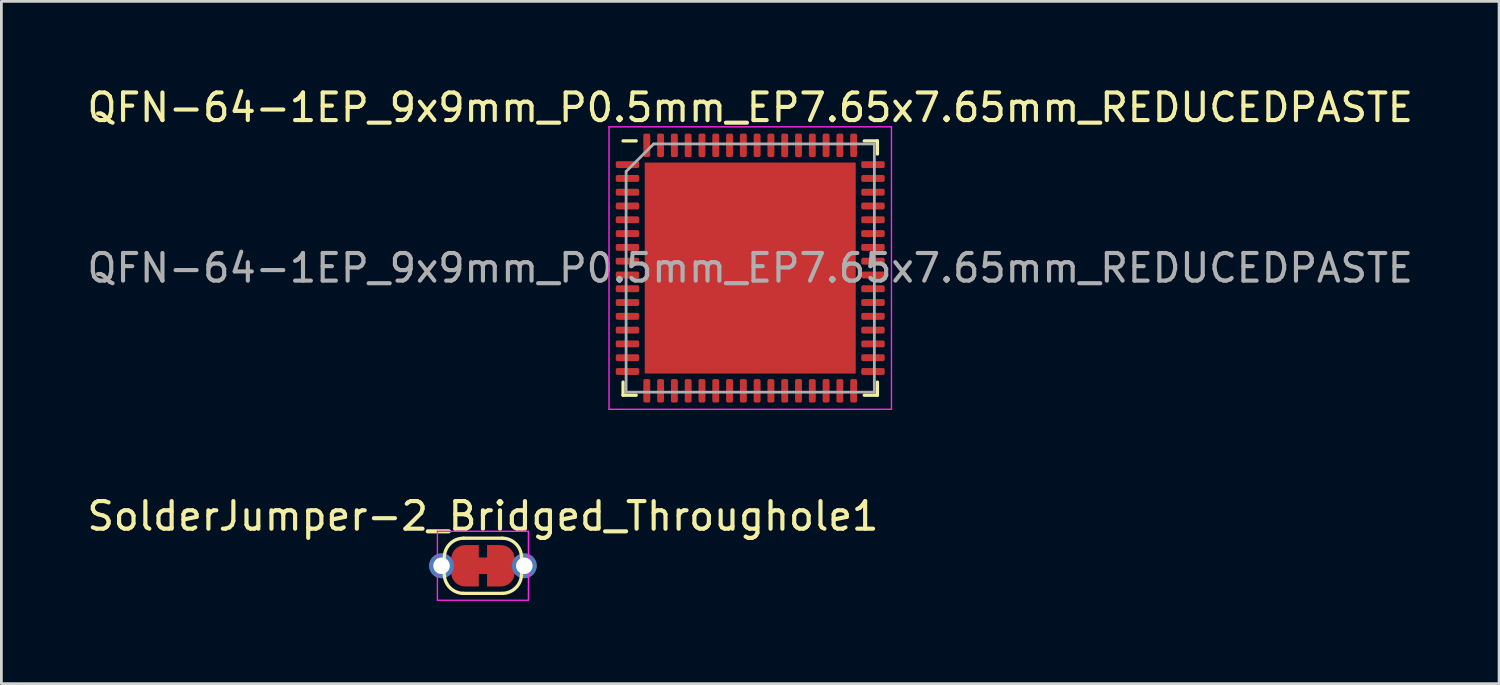
<source format=kicad_pcb>
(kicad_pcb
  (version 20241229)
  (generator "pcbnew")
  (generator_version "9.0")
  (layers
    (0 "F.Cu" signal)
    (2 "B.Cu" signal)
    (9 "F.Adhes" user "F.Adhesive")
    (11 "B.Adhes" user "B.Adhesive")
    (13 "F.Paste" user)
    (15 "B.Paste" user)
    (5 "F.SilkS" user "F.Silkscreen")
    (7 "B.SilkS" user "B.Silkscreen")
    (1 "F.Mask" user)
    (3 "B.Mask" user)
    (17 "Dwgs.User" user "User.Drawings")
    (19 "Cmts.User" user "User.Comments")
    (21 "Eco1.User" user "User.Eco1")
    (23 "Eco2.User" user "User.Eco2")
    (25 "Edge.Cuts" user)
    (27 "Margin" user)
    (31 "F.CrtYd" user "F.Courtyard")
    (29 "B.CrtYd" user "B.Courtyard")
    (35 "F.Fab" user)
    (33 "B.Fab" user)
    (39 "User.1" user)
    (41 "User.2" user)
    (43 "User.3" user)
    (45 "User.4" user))
  (footprint "QFN-64-1EP_9x9mm_P0.5mm_EP7.65x7.65mm_REDUCEDPASTE"
    (layer "F.Cu")
    (at 24.149 6.668)
    (property "Reference" "QFN-64-1EP_9x9mm_P0.5mm_EP7.65x7.65mm_REDUCEDPASTE" (at 0 -5.82 0) (layer "F.SilkS") (effects (font (size 1 1) (thickness 0.15))))
    (attr smd)
    (fp_line (start -4.61 4.61) (end -4.61 4.135) (stroke (width 0.12) (type solid)) (layer "F.SilkS"))
    (fp_line (start -4.135 -4.61) (end -4.61 -4.61) (stroke (width 0.12) (type solid)) (layer "F.SilkS"))
    (fp_line (start -4.135 4.61) (end -4.61 4.61) (stroke (width 0.12) (type solid)) (layer "F.SilkS"))
    (fp_line (start 4.135 -4.61) (end 4.61 -4.61) (stroke (width 0.12) (type solid)) (layer "F.SilkS"))
    (fp_line (start 4.135 4.61) (end 4.61 4.61) (stroke (width 0.12) (type solid)) (layer "F.SilkS"))
    (fp_line (start 4.61 -4.61) (end 4.61 -4.135) (stroke (width 0.12) (type solid)) (layer "F.SilkS"))
    (fp_line (start 4.61 4.61) (end 4.61 4.135) (stroke (width 0.12) (type solid)) (layer "F.SilkS"))
    (fp_line (start -5.12 -5.12) (end -5.12 5.12) (stroke (width 0.05) (type solid)) (layer "F.CrtYd"))
    (fp_line (start -5.12 5.12) (end 5.12 5.12) (stroke (width 0.05) (type solid)) (layer "F.CrtYd"))
    (fp_line (start 5.12 -5.12) (end -5.12 -5.12) (stroke (width 0.05) (type solid)) (layer "F.CrtYd"))
    (fp_line (start 5.12 5.12) (end 5.12 -5.12) (stroke (width 0.05) (type solid)) (layer "F.CrtYd"))
    (fp_line (start -4.5 -3.5) (end -3.5 -4.5) (stroke (width 0.1) (type solid)) (layer "F.Fab"))
    (fp_line (start -4.5 4.5) (end -4.5 -3.5) (stroke (width 0.1) (type solid)) (layer "F.Fab"))
    (fp_line (start -3.5 -4.5) (end 4.5 -4.5) (stroke (width 0.1) (type solid)) (layer "F.Fab"))
    (fp_line (start 4.5 -4.5) (end 4.5 4.5) (stroke (width 0.1) (type solid)) (layer "F.Fab"))
    (fp_line (start 4.5 4.5) (end -4.5 4.5) (stroke (width 0.1) (type solid)) (layer "F.Fab"))
    (fp_text user "${REFERENCE}" (at 0 0 0) (layer "F.Fab") (effects (font (size 1 1) (thickness 0.15))))
    (pad "" smd roundrect (at -2.6 -2.5) (size 1.815 1.758) (layers "F.Paste") (roundrect_rratio 0.243))
    (pad "" smd roundrect (at -2.6 0) (size 1.815 1.758) (layers "F.Paste") (roundrect_rratio 0.243))
    (pad "" smd roundrect (at -2.6 2.5) (size 1.815 1.758) (layers "F.Paste") (roundrect_rratio 0.243))
    (pad "" smd roundrect (at 0 -2.5) (size 2 1.758) (layers "F.Paste") (roundrect_rratio 0.243))
    (pad "" smd roundrect (at 0 0) (size 2.2 2) (layers "F.Paste") (roundrect_rratio 0.243))
    (pad "" smd roundrect (at 0 2.5) (size 2 1.758) (layers "F.Paste") (roundrect_rratio 0.243))
    (pad "" smd roundrect (at 2.6 -2.5) (size 1.815 1.758) (layers "F.Paste") (roundrect_rratio 0.243))
    (pad "" smd roundrect (at 2.6 0) (size 1.815 1.758) (layers "F.Paste") (roundrect_rratio 0.243))
    (pad "" smd roundrect (at 2.6 2.5) (size 1.815 1.758) (layers "F.Paste") (roundrect_rratio 0.243))
    (pad "1" smd roundrect (at -4.45 -3.75) (size 0.85 0.25) (layers "F.Cu" "F.Mask" "F.Paste") (roundrect_rratio 0.25))
    (pad "2" smd roundrect (at -4.45 -3.25) (size 0.85 0.25) (layers "F.Cu" "F.Mask" "F.Paste") (roundrect_rratio 0.25))
    (pad "3" smd roundrect (at -4.45 -2.75) (size 0.85 0.25) (layers "F.Cu" "F.Mask" "F.Paste") (roundrect_rratio 0.25))
    (pad "4" smd roundrect (at -4.45 -2.25) (size 0.85 0.25) (layers "F.Cu" "F.Mask" "F.Paste") (roundrect_rratio 0.25))
    (pad "5" smd roundrect (at -4.45 -1.75) (size 0.85 0.25) (layers "F.Cu" "F.Mask" "F.Paste") (roundrect_rratio 0.25))
    (pad "6" smd roundrect (at -4.45 -1.25) (size 0.85 0.25) (layers "F.Cu" "F.Mask" "F.Paste") (roundrect_rratio 0.25))
    (pad "7" smd roundrect (at -4.45 -0.75) (size 0.85 0.25) (layers "F.Cu" "F.Mask" "F.Paste") (roundrect_rratio 0.25))
    (pad "8" smd roundrect (at -4.45 -0.25) (size 0.85 0.25) (layers "F.Cu" "F.Mask" "F.Paste") (roundrect_rratio 0.25))
    (pad "9" smd roundrect (at -4.45 0.25) (size 0.85 0.25) (layers "F.Cu" "F.Mask" "F.Paste") (roundrect_rratio 0.25))
    (pad "10" smd roundrect (at -4.45 0.75) (size 0.85 0.25) (layers "F.Cu" "F.Mask" "F.Paste") (roundrect_rratio 0.25))
    (pad "11" smd roundrect (at -4.45 1.25) (size 0.85 0.25) (layers "F.Cu" "F.Mask" "F.Paste") (roundrect_rratio 0.25))
    (pad "12" smd roundrect (at -4.45 1.75) (size 0.85 0.25) (layers "F.Cu" "F.Mask" "F.Paste") (roundrect_rratio 0.25))
    (pad "13" smd roundrect (at -4.45 2.25) (size 0.85 0.25) (layers "F.Cu" "F.Mask" "F.Paste") (roundrect_rratio 0.25))
    (pad "14" smd roundrect (at -4.45 2.75) (size 0.85 0.25) (layers "F.Cu" "F.Mask" "F.Paste") (roundrect_rratio 0.25))
    (pad "15" smd roundrect (at -4.45 3.25) (size 0.85 0.25) (layers "F.Cu" "F.Mask" "F.Paste") (roundrect_rratio 0.25))
    (pad "16" smd roundrect (at -4.45 3.75) (size 0.85 0.25) (layers "F.Cu" "F.Mask" "F.Paste") (roundrect_rratio 0.25))
    (pad "17" smd roundrect (at -3.75 4.45) (size 0.25 0.85) (layers "F.Cu" "F.Mask" "F.Paste") (roundrect_rratio 0.25))
    (pad "18" smd roundrect (at -3.25 4.45) (size 0.25 0.85) (layers "F.Cu" "F.Mask" "F.Paste") (roundrect_rratio 0.25))
    (pad "19" smd roundrect (at -2.75 4.45) (size 0.25 0.85) (layers "F.Cu" "F.Mask" "F.Paste") (roundrect_rratio 0.25))
    (pad "20" smd roundrect (at -2.25 4.45) (size 0.25 0.85) (layers "F.Cu" "F.Mask" "F.Paste") (roundrect_rratio 0.25))
    (pad "21" smd roundrect (at -1.75 4.45) (size 0.25 0.85) (layers "F.Cu" "F.Mask" "F.Paste") (roundrect_rratio 0.25))
    (pad "22" smd roundrect (at -1.25 4.45) (size 0.25 0.85) (layers "F.Cu" "F.Mask" "F.Paste") (roundrect_rratio 0.25))
    (pad "23" smd roundrect (at -0.75 4.45) (size 0.25 0.85) (layers "F.Cu" "F.Mask" "F.Paste") (roundrect_rratio 0.25))
    (pad "24" smd roundrect (at -0.25 4.45) (size 0.25 0.85) (layers "F.Cu" "F.Mask" "F.Paste") (roundrect_rratio 0.25))
    (pad "25" smd roundrect (at 0.25 4.45) (size 0.25 0.85) (layers "F.Cu" "F.Mask" "F.Paste") (roundrect_rratio 0.25))
    (pad "26" smd roundrect (at 0.75 4.45) (size 0.25 0.85) (layers "F.Cu" "F.Mask" "F.Paste") (roundrect_rratio 0.25))
    (pad "27" smd roundrect (at 1.25 4.45) (size 0.25 0.85) (layers "F.Cu" "F.Mask" "F.Paste") (roundrect_rratio 0.25))
    (pad "28" smd roundrect (at 1.75 4.45) (size 0.25 0.85) (layers "F.Cu" "F.Mask" "F.Paste") (roundrect_rratio 0.25))
    (pad "29" smd roundrect (at 2.25 4.45) (size 0.25 0.85) (layers "F.Cu" "F.Mask" "F.Paste") (roundrect_rratio 0.25))
    (pad "30" smd roundrect (at 2.75 4.45) (size 0.25 0.85) (layers "F.Cu" "F.Mask" "F.Paste") (roundrect_rratio 0.25))
    (pad "31" smd roundrect (at 3.25 4.45) (size 0.25 0.85) (layers "F.Cu" "F.Mask" "F.Paste") (roundrect_rratio 0.25))
    (pad "32" smd roundrect (at 3.75 4.45) (size 0.25 0.85) (layers "F.Cu" "F.Mask" "F.Paste") (roundrect_rratio 0.25))
    (pad "33" smd roundrect (at 4.45 3.75) (size 0.85 0.25) (layers "F.Cu" "F.Mask" "F.Paste") (roundrect_rratio 0.25))
    (pad "34" smd roundrect (at 4.45 3.25) (size 0.85 0.25) (layers "F.Cu" "F.Mask" "F.Paste") (roundrect_rratio 0.25))
    (pad "35" smd roundrect (at 4.45 2.75) (size 0.85 0.25) (layers "F.Cu" "F.Mask" "F.Paste") (roundrect_rratio 0.25))
    (pad "36" smd roundrect (at 4.45 2.25) (size 0.85 0.25) (layers "F.Cu" "F.Mask" "F.Paste") (roundrect_rratio 0.25))
    (pad "37" smd roundrect (at 4.45 1.75) (size 0.85 0.25) (layers "F.Cu" "F.Mask" "F.Paste") (roundrect_rratio 0.25))
    (pad "38" smd roundrect (at 4.45 1.25) (size 0.85 0.25) (layers "F.Cu" "F.Mask" "F.Paste") (roundrect_rratio 0.25))
    (pad "39" smd roundrect (at 4.45 0.75) (size 0.85 0.25) (layers "F.Cu" "F.Mask" "F.Paste") (roundrect_rratio 0.25))
    (pad "40" smd roundrect (at 4.45 0.25) (size 0.85 0.25) (layers "F.Cu" "F.Mask" "F.Paste") (roundrect_rratio 0.25))
    (pad "41" smd roundrect (at 4.45 -0.25) (size 0.85 0.25) (layers "F.Cu" "F.Mask" "F.Paste") (roundrect_rratio 0.25))
    (pad "42" smd roundrect (at 4.45 -0.75) (size 0.85 0.25) (layers "F.Cu" "F.Mask" "F.Paste") (roundrect_rratio 0.25))
    (pad "43" smd roundrect (at 4.45 -1.25) (size 0.85 0.25) (layers "F.Cu" "F.Mask" "F.Paste") (roundrect_rratio 0.25))
    (pad "44" smd roundrect (at 4.45 -1.75) (size 0.85 0.25) (layers "F.Cu" "F.Mask" "F.Paste") (roundrect_rratio 0.25))
    (pad "45" smd roundrect (at 4.45 -2.25) (size 0.85 0.25) (layers "F.Cu" "F.Mask" "F.Paste") (roundrect_rratio 0.25))
    (pad "46" smd roundrect (at 4.45 -2.75) (size 0.85 0.25) (layers "F.Cu" "F.Mask" "F.Paste") (roundrect_rratio 0.25))
    (pad "47" smd roundrect (at 4.45 -3.25) (size 0.85 0.25) (layers "F.Cu" "F.Mask" "F.Paste") (roundrect_rratio 0.25))
    (pad "48" smd roundrect (at 4.45 -3.75) (size 0.85 0.25) (layers "F.Cu" "F.Mask" "F.Paste") (roundrect_rratio 0.25))
    (pad "49" smd roundrect (at 3.75 -4.45) (size 0.25 0.85) (layers "F.Cu" "F.Mask" "F.Paste") (roundrect_rratio 0.25))
    (pad "50" smd roundrect (at 3.25 -4.45) (size 0.25 0.85) (layers "F.Cu" "F.Mask" "F.Paste") (roundrect_rratio 0.25))
    (pad "51" smd roundrect (at 2.75 -4.45) (size 0.25 0.85) (layers "F.Cu" "F.Mask" "F.Paste") (roundrect_rratio 0.25))
    (pad "52" smd roundrect (at 2.25 -4.45) (size 0.25 0.85) (layers "F.Cu" "F.Mask" "F.Paste") (roundrect_rratio 0.25))
    (pad "53" smd roundrect (at 1.75 -4.45) (size 0.25 0.85) (layers "F.Cu" "F.Mask" "F.Paste") (roundrect_rratio 0.25))
    (pad "54" smd roundrect (at 1.25 -4.45) (size 0.25 0.85) (layers "F.Cu" "F.Mask" "F.Paste") (roundrect_rratio 0.25))
    (pad "55" smd roundrect (at 0.75 -4.45) (size 0.25 0.85) (layers "F.Cu" "F.Mask" "F.Paste") (roundrect_rratio 0.25))
    (pad "56" smd roundrect (at 0.25 -4.45) (size 0.25 0.85) (layers "F.Cu" "F.Mask" "F.Paste") (roundrect_rratio 0.25))
    (pad "57" smd roundrect (at -0.25 -4.45) (size 0.25 0.85) (layers "F.Cu" "F.Mask" "F.Paste") (roundrect_rratio 0.25))
    (pad "58" smd roundrect (at -0.75 -4.45) (size 0.25 0.85) (layers "F.Cu" "F.Mask" "F.Paste") (roundrect_rratio 0.25))
    (pad "59" smd roundrect (at -1.25 -4.45) (size 0.25 0.85) (layers "F.Cu" "F.Mask" "F.Paste") (roundrect_rratio 0.25))
    (pad "60" smd roundrect (at -1.75 -4.45) (size 0.25 0.85) (layers "F.Cu" "F.Mask" "F.Paste") (roundrect_rratio 0.25))
    (pad "61" smd roundrect (at -2.25 -4.45) (size 0.25 0.85) (layers "F.Cu" "F.Mask" "F.Paste") (roundrect_rratio 0.25))
    (pad "62" smd roundrect (at -2.75 -4.45) (size 0.25 0.85) (layers "F.Cu" "F.Mask" "F.Paste") (roundrect_rratio 0.25))
    (pad "63" smd roundrect (at -3.25 -4.45) (size 0.25 0.85) (layers "F.Cu" "F.Mask" "F.Paste") (roundrect_rratio 0.25))
    (pad "64" smd roundrect (at -3.75 -4.45) (size 0.25 0.85) (layers "F.Cu" "F.Mask" "F.Paste") (roundrect_rratio 0.25))
    (pad "65" smd rect (at 0 0) (size 7.65 7.65) (layers "F.Cu" "F.Mask")))
  (footprint "SolderJumper-2_Bridged_Throughole1"
    (layer "F.Cu")
    (at 14.458 17.462)
    (property "Reference" "SolderJumper-2_Bridged_Throughole1" (at 0 -1.8 0) (layer "F.SilkS") (effects (font (size 1 1) (thickness 0.15))))
    (attr exclude_from_pos_files exclude_from_bom)
    (fp_poly (pts (xy -0.75 -0.3) (xy -1.25 -0.3) (xy -1.25 0.3) (xy -0.75 0.3)) (stroke (width 0) (type solid)) (fill yes) (layer "F.Cu"))
    (fp_poly (pts (xy 0.25 -0.3) (xy -0.25 -0.3) (xy -0.25 0.3) (xy 0.25 0.3)) (stroke (width 0) (type solid)) (fill yes) (layer "F.Cu"))
    (fp_poly (pts (xy 1.25 -0.3) (xy 0.75 -0.3) (xy 0.75 0.3) (xy 1.25 0.3)) (stroke (width 0) (type solid)) (fill yes) (layer "F.Cu"))
    (fp_line (start -0.7 -1) (end 0.7 -1) (stroke (width 0.12) (type solid)) (layer "F.SilkS"))
    (fp_line (start 0.7 1) (end -0.7 1) (stroke (width 0.12) (type solid)) (layer "F.SilkS"))
    (fp_arc (start -1.4 -0.3) (mid -1.194975 -0.794975) (end -0.7 -1) (stroke (width 0.12) (type solid)) (layer "F.SilkS"))
    (fp_arc (start -0.7 1) (mid -1.194975 0.794975) (end -1.4 0.3) (stroke (width 0.12) (type solid)) (layer "F.SilkS"))
    (fp_arc (start 0.7 -1) (mid 1.194975 -0.794975) (end 1.4 -0.3) (stroke (width 0.12) (type solid)) (layer "F.SilkS"))
    (fp_arc (start 1.4 0.3) (mid 1.194975 0.794975) (end 0.7 1) (stroke (width 0.12) (type solid)) (layer "F.SilkS"))
    (fp_line (start -1.65 -1.25) (end -1.65 1.25) (stroke (width 0.05) (type solid)) (layer "F.CrtYd"))
    (fp_line (start -1.65 -1.25) (end 1.65 -1.25) (stroke (width 0.05) (type solid)) (layer "F.CrtYd"))
    (fp_line (start 1.65 1.25) (end -1.65 1.25) (stroke (width 0.05) (type solid)) (layer "F.CrtYd"))
    (fp_line (start 1.65 1.25) (end 1.65 -1.25) (stroke (width 0.05) (type solid)) (layer "F.CrtYd"))
    (pad "1" thru_hole circle (at -1.5 0) (size 0.9 0.9) (drill 0.6) (layers "*.Cu" "*.Mask"))
    (pad "1" smd custom (at -0.65 0) (size 1 0.5) (layers "F.Cu" "F.Mask") (options (anchor rect)) (primitives (gr_circle (center 0 0.25) (end 0.5 0.25) (width 0) (fill yes)) (gr_circle (center 0 -0.25) (end 0.5 -0.25) (width 0) (fill yes)) (gr_poly (pts (xy 0.5 0.75) (xy 0 0.75) (xy 0 -0.75) (xy 0.5 -0.75)) (width 0) (fill yes))))
    (pad "2" smd custom (at 0.65 0) (size 1 0.5) (layers "F.Cu" "F.Mask") (options (anchor rect)) (primitives (gr_circle (center 0 0.25) (end 0.5 0.25) (width 0) (fill yes)) (gr_circle (center 0 -0.25) (end 0.5 -0.25) (width 0) (fill yes)) (gr_poly (pts (xy 0 0.75) (xy -0.5 0.75) (xy -0.5 -0.75) (xy 0 -0.75)) (width 0) (fill yes))))
    (pad "2" thru_hole circle (at 1.5 0) (size 0.9 0.9) (drill 0.6) (layers "*.Cu" "*.Mask")))
  (gr_rect
    (start -3 -3)
    (end 51.298 21.736)
    (stroke (width 0.1) (type default))
    (fill no)
    (layer "Edge.Cuts")))
</source>
